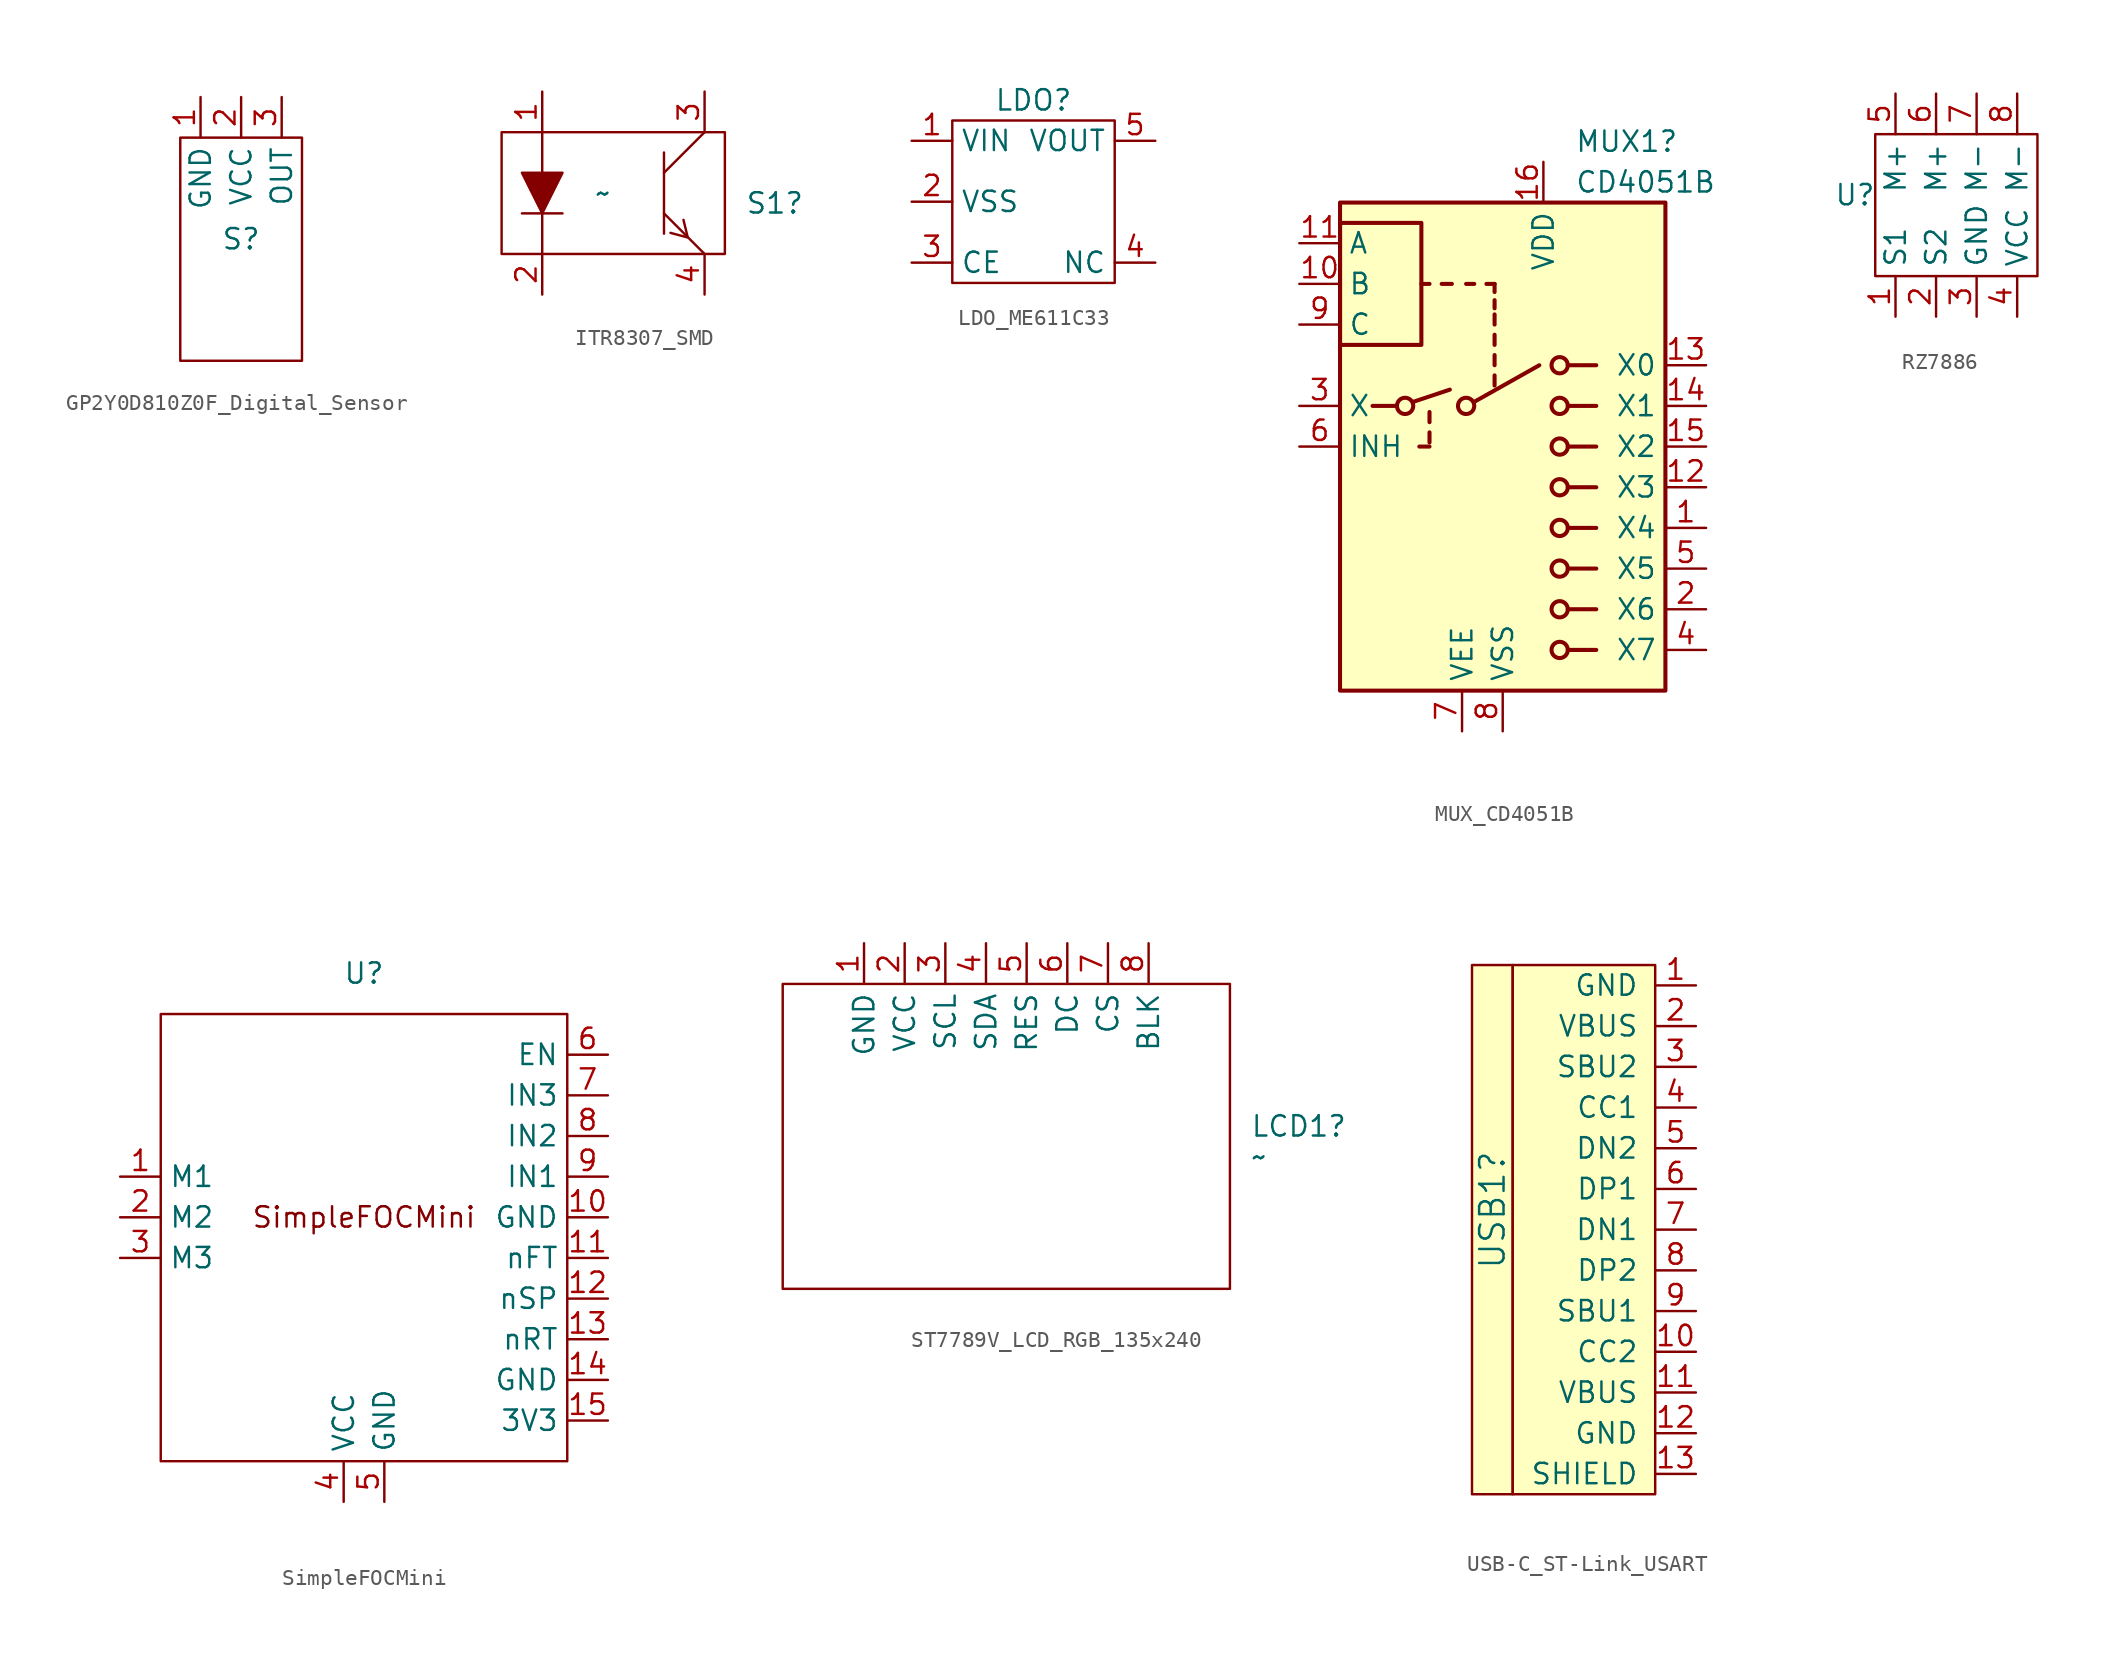
<source format=kicad_sym>
(kicad_symbol_lib
  (version 20231120)
  (generator "kicad_symbol_editor")
  (generator_version "8.0")
  (symbol "GP2Y0D810Z0F_Digital_Sensor"
    (property "Reference" "S"
      (at 0 0 0)
      (effects (font (size 1.27 1.27))))
    (property "Value" ""
      (at 0 3.81 0)
      (effects (font (size 1.27 1.27))))
    (symbol "GP2Y0D810Z0F_Digital_Sensor_0_1"
      (rectangle (start -3.81 6.35) (end 3.81 -7.62) (stroke (width 0) (type default)) (fill (type none))))
    (symbol "GP2Y0D810Z0F_Digital_Sensor_1_1"
      (pin power_out line (at -2.54 8.89 270) (length 2.54) (name "GND" (effects (font (size 1.27 1.27)))) (number "1" (effects (font (size 1.27 1.27)))))
      (pin power_in line (at 0 8.89 270) (length 2.54) (name "VCC" (effects (font (size 1.27 1.27)))) (number "2" (effects (font (size 1.27 1.27)))))
      (pin output line (at 2.54 8.89 270) (length 2.54) (name "OUT" (effects (font (size 1.27 1.27)))) (number "3" (effects (font (size 1.27 1.27)))))))
  (symbol "ITR8307_SMD"
    (property "Reference" "S1"
      (at 8.89 -0.635 0)
      (effects (font (size 1.27 1.27)) (justify left)))
    (property "Value" "~"
      (at 0 0 0)
      (effects (font (size 1.27 1.27))))
    (symbol "ITR8307_SMD_0_1"
      (rectangle (start -6.35 3.81) (end 7.62 -3.81) (stroke (width 0) (type solid)) (fill (type none)))
      (polyline (pts (xy -5.08 -1.27) (xy -2.54 -1.27)) (stroke (width 0) (type solid)) (fill (type none)))
      (polyline (pts (xy -3.81 3.81) (xy -3.81 -3.81)) (stroke (width 0) (type solid)) (fill (type none)))
      (polyline (pts (xy 3.81 2.54) (xy 3.81 -2.54)) (stroke (width 0) (type solid)) (fill (type none)))
      (polyline (pts (xy 5.258 -2.769) (xy 4.216 -2.489)) (stroke (width 0) (type solid)) (fill (type none)))
      (polyline (pts (xy 5.283 -2.718) (xy 5.029 -1.676)) (stroke (width 0) (type solid)) (fill (type none)))
      (polyline (pts (xy 6.35 -3.81) (xy 3.81 -1.27)) (stroke (width 0) (type solid)) (fill (type none)))
      (polyline (pts (xy 6.35 3.81) (xy 3.81 1.27)) (stroke (width 0) (type solid)) (fill (type none)))
      (polyline (pts (xy -5.08 1.27) (xy -2.54 1.27) (xy -3.81 -1.27) (xy -5.08 1.27)) (stroke (width 0) (type solid)) (fill (type outline))))
    (symbol "ITR8307_SMD_1_1"
      (pin input line (at -3.81 6.35 270) (length 2.54) (name "~" (effects (font (size 1.27 1.27)))) (number "1" (effects (font (size 1.27 1.27)))))
      (pin power_in line (at -3.81 -6.35 90) (length 2.54) (name "~" (effects (font (size 1.27 1.27)))) (number "2" (effects (font (size 1.27 1.27)))))
      (pin open_collector line (at 6.35 6.35 270) (length 2.54) (name "~" (effects (font (size 1.27 1.27)))) (number "3" (effects (font (size 1.27 1.27)))))
      (pin power_in line (at 6.35 -6.35 90) (length 2.54) (name "~" (effects (font (size 1.27 1.27)))) (number "4" (effects (font (size 1.27 1.27)))))))
  (symbol "LDO_ME611C33"
    (property "Reference" "LDO"
      (at 0 6.35 0)
      (effects (font (size 1.27 1.27))))
    (property "Value" ""
      (at -1.27 0 0)
      (effects (font (size 1.27 1.27))))
    (symbol "LDO_ME611C33_0_1"
      (rectangle (start -5.08 5.08) (end 5.08 -5.08) (stroke (width 0) (type default)) (fill (type none))))
    (symbol "LDO_ME611C33_1_1"
      (pin power_in line (at -7.62 3.81 0) (length 2.54) (name "VIN" (effects (font (size 1.27 1.27)))) (number "1" (effects (font (size 1.27 1.27)))))
      (pin power_out line (at -7.62 0 0) (length 2.54) (name "VSS" (effects (font (size 1.27 1.27)))) (number "2" (effects (font (size 1.27 1.27)))))
      (pin input line (at -7.62 -3.81 0) (length 2.54) (name "CE" (effects (font (size 1.27 1.27)))) (number "3" (effects (font (size 1.27 1.27)))))
      (pin input line (at 7.62 -3.81 180) (length 2.54) (name "NC" (effects (font (size 1.27 1.27)))) (number "4" (effects (font (size 1.27 1.27)))))
      (pin input line (at 7.62 3.81 180) (length 2.54) (name "VOUT" (effects (font (size 1.27 1.27)))) (number "5" (effects (font (size 1.27 1.27)))))))
  (symbol "MUX_CD4051B"
    (property "Reference" "MUX1"
      (at 4.496 19.05 0)
      (effects (font (size 1.27 1.27)) (justify left)))
    (property "Value" "CD4051B"
      (at 4.496 16.51 0)
      (effects (font (size 1.27 1.27)) (justify left)))
    (symbol "MUX_CD4051B_0_1"
      (rectangle (start -10.16 6.35) (end -5.08 13.97) (stroke (width 0.254) (type default)) (fill (type none)))
      (rectangle (start -10.16 15.24) (end 10.16 -15.24) (stroke (width 0.254) (type default)) (fill (type background)))
      (circle (center -6.096 2.54) (radius 0.508) (stroke (width 0.254) (type default)) (fill (type none)))
      (circle (center -2.286 2.54) (radius 0.508) (stroke (width 0.254) (type default)) (fill (type none)))
      (polyline (pts (xy -8.128 2.54) (xy -6.604 2.54)) (stroke (width 0.254) (type default)) (fill (type none)))
      (polyline (pts (xy -5.588 2.794) (xy -3.302 3.556)) (stroke (width 0.254) (type default)) (fill (type none)))
      (polyline (pts (xy -4.572 0) (xy -5.207 0)) (stroke (width 0.254) (type default)) (fill (type none)))
      (polyline (pts (xy -4.572 0.254) (xy -4.572 0.889)) (stroke (width 0.254) (type default)) (fill (type none)))
      (polyline (pts (xy -4.572 1.524) (xy -4.572 2.159)) (stroke (width 0.254) (type default)) (fill (type none)))
      (polyline (pts (xy -4.572 10.16) (xy -5.08 10.16)) (stroke (width 0.254) (type default)) (fill (type none)))
      (polyline (pts (xy -3.81 10.16) (xy -3.175 10.16)) (stroke (width 0.254) (type default)) (fill (type none)))
      (polyline (pts (xy -1.778 2.794) (xy 2.286 5.08)) (stroke (width 0.254) (type default)) (fill (type none)))
      (polyline (pts (xy -1.778 10.16) (xy -2.286 10.16)) (stroke (width 0.254) (type default)) (fill (type none)))
      (polyline (pts (xy -0.508 3.81) (xy -0.508 4.445)) (stroke (width 0.254) (type default)) (fill (type none)))
      (polyline (pts (xy -0.508 5.08) (xy -0.508 5.715)) (stroke (width 0.254) (type default)) (fill (type none)))
      (polyline (pts (xy -0.508 6.35) (xy -0.508 6.985)) (stroke (width 0.254) (type default)) (fill (type none)))
      (polyline (pts (xy -0.508 7.62) (xy -0.508 8.255)) (stroke (width 0.254) (type default)) (fill (type none)))
      (polyline (pts (xy -0.508 8.636) (xy -0.508 9.144)) (stroke (width 0.254) (type default)) (fill (type none)))
      (polyline (pts (xy -0.508 9.652) (xy -0.508 10.16)) (stroke (width 0.254) (type default)) (fill (type none)))
      (polyline (pts (xy -0.508 10.16) (xy -1.016 10.16)) (stroke (width 0.254) (type default)) (fill (type none)))
      (polyline (pts (xy 4.064 -12.7) (xy 5.842 -12.7)) (stroke (width 0.254) (type default)) (fill (type none)))
      (polyline (pts (xy 4.064 -10.16) (xy 5.842 -10.16)) (stroke (width 0.254) (type default)) (fill (type none)))
      (polyline (pts (xy 4.064 -7.62) (xy 5.842 -7.62)) (stroke (width 0.254) (type default)) (fill (type none)))
      (polyline (pts (xy 4.064 -5.08) (xy 5.842 -5.08)) (stroke (width 0.254) (type default)) (fill (type none)))
      (polyline (pts (xy 4.064 -2.54) (xy 5.842 -2.54)) (stroke (width 0.254) (type default)) (fill (type none)))
      (polyline (pts (xy 4.064 0) (xy 5.842 0)) (stroke (width 0.254) (type default)) (fill (type none)))
      (polyline (pts (xy 4.064 2.54) (xy 5.842 2.54)) (stroke (width 0.254) (type default)) (fill (type none)))
      (polyline (pts (xy 4.064 5.08) (xy 5.842 5.08)) (stroke (width 0.254) (type default)) (fill (type none)))
      (circle (center 3.556 -12.7) (radius 0.508) (stroke (width 0.254) (type default)) (fill (type none)))
      (circle (center 3.556 -10.16) (radius 0.508) (stroke (width 0.254) (type default)) (fill (type none)))
      (circle (center 3.556 -7.62) (radius 0.508) (stroke (width 0.254) (type default)) (fill (type none)))
      (circle (center 3.556 -5.08) (radius 0.508) (stroke (width 0.254) (type default)) (fill (type none)))
      (circle (center 3.556 -2.54) (radius 0.508) (stroke (width 0.254) (type default)) (fill (type none)))
      (circle (center 3.556 0) (radius 0.508) (stroke (width 0.254) (type default)) (fill (type none)))
      (circle (center 3.556 2.54) (radius 0.508) (stroke (width 0.254) (type default)) (fill (type none)))
      (circle (center 3.556 5.08) (radius 0.508) (stroke (width 0.254) (type default)) (fill (type none))))
    (symbol "MUX_CD4051B_1_1"
      (pin bidirectional line (at 12.7 -5.08 180) (length 2.54) (name "X4" (effects (font (size 1.27 1.27)))) (number "1" (effects (font (size 1.27 1.27)))))
      (pin input line (at -12.7 10.16 0) (length 2.54) (name "B" (effects (font (size 1.27 1.27)))) (number "10" (effects (font (size 1.27 1.27)))))
      (pin input line (at -12.7 12.7 0) (length 2.54) (name "A" (effects (font (size 1.27 1.27)))) (number "11" (effects (font (size 1.27 1.27)))))
      (pin bidirectional line (at 12.7 -2.54 180) (length 2.54) (name "X3" (effects (font (size 1.27 1.27)))) (number "12" (effects (font (size 1.27 1.27)))))
      (pin bidirectional line (at 12.7 5.08 180) (length 2.54) (name "X0" (effects (font (size 1.27 1.27)))) (number "13" (effects (font (size 1.27 1.27)))))
      (pin bidirectional line (at 12.7 2.54 180) (length 2.54) (name "X1" (effects (font (size 1.27 1.27)))) (number "14" (effects (font (size 1.27 1.27)))))
      (pin bidirectional line (at 12.7 0 180) (length 2.54) (name "X2" (effects (font (size 1.27 1.27)))) (number "15" (effects (font (size 1.27 1.27)))))
      (pin power_in line (at 2.54 17.78 270) (length 2.54) (name "VDD" (effects (font (size 1.27 1.27)))) (number "16" (effects (font (size 1.27 1.27)))))
      (pin bidirectional line (at 12.7 -10.16 180) (length 2.54) (name "X6" (effects (font (size 1.27 1.27)))) (number "2" (effects (font (size 1.27 1.27)))))
      (pin bidirectional line (at -12.7 2.54 0) (length 2.54) (name "X" (effects (font (size 1.27 1.27)))) (number "3" (effects (font (size 1.27 1.27)))))
      (pin bidirectional line (at 12.7 -12.7 180) (length 2.54) (name "X7" (effects (font (size 1.27 1.27)))) (number "4" (effects (font (size 1.27 1.27)))))
      (pin bidirectional line (at 12.7 -7.62 180) (length 2.54) (name "X5" (effects (font (size 1.27 1.27)))) (number "5" (effects (font (size 1.27 1.27)))))
      (pin input line (at -12.7 0 0) (length 2.54) (name "INH" (effects (font (size 1.27 1.27)))) (number "6" (effects (font (size 1.27 1.27)))))
      (pin power_in line (at -2.54 -17.78 90) (length 2.54) (name "VEE" (effects (font (size 1.27 1.27)))) (number "7" (effects (font (size 1.27 1.27)))))
      (pin power_in line (at 0 -17.78 90) (length 2.54) (name "VSS" (effects (font (size 1.27 1.27)))) (number "8" (effects (font (size 1.27 1.27)))))
      (pin input line (at -12.7 7.62 0) (length 2.54) (name "C" (effects (font (size 1.27 1.27)))) (number "9" (effects (font (size 1.27 1.27)))))))
  (symbol "RZ7886"
    (property "Reference" "U"
      (at -5.08 -1.27 0)
      (effects (font (size 1.27 1.27))))
    (property "Value" ""
      (at 0 0 0)
      (effects (font (size 1.27 1.27))))
    (symbol "RZ7886_0_1"
      (rectangle (start -3.81 2.54) (end 6.35 -6.35) (stroke (width 0) (type default)) (fill (type none))))
    (symbol "RZ7886_1_1"
      (pin input line (at -2.54 -8.89 90) (length 2.54) (name "S1" (effects (font (size 1.27 1.27)))) (number "1" (effects (font (size 1.27 1.27)))))
      (pin input line (at 0 -8.89 90) (length 2.54) (name "S2" (effects (font (size 1.27 1.27)))) (number "2" (effects (font (size 1.27 1.27)))))
      (pin power_in line (at 2.54 -8.89 90) (length 2.54) (name "GND" (effects (font (size 1.27 1.27)))) (number "3" (effects (font (size 1.27 1.27)))))
      (pin power_in line (at 5.08 -8.89 90) (length 2.54) (name "VCC" (effects (font (size 1.27 1.27)))) (number "4" (effects (font (size 1.27 1.27)))))
      (pin output line (at -2.54 5.08 270) (length 2.54) (name "M+" (effects (font (size 1.27 1.27)))) (number "5" (effects (font (size 1.27 1.27)))))
      (pin output line (at 0 5.08 270) (length 2.54) (name "M+" (effects (font (size 1.27 1.27)))) (number "6" (effects (font (size 1.27 1.27)))))
      (pin output line (at 2.54 5.08 270) (length 2.54) (name "M-" (effects (font (size 1.27 1.27)))) (number "7" (effects (font (size 1.27 1.27)))))
      (pin output line (at 5.08 5.08 270) (length 2.54) (name "M-" (effects (font (size 1.27 1.27)))) (number "8" (effects (font (size 1.27 1.27)))))))
  (symbol "SimpleFOCMini"
    (property "Reference" "U"
      (at 0 15.24 0)
      (effects (font (size 1.27 1.27))))
    (property "Value" ""
      (at 0 0 0)
      (effects (font (size 1.27 1.27))))
    (symbol "SimpleFOCMini_0_1"
      (rectangle (start -12.7 12.7) (end 12.7 -15.24) (stroke (width 0) (type default)) (fill (type none))))
    (symbol "SimpleFOCMini_1_1"
      (text "SimpleFOCMini" (at 0 0 0) (effects (font (size 1.27 1.27))))
      (pin output line (at -15.24 2.54 0) (length 2.54) (name "M1" (effects (font (size 1.27 1.27)))) (number "1" (effects (font (size 1.27 1.27)))))
      (pin power_in line (at 15.24 0 180) (length 2.54) (name "GND" (effects (font (size 1.27 1.27)))) (number "10" (effects (font (size 1.27 1.27)))))
      (pin input line (at 15.24 -2.54 180) (length 2.54) (name "nFT" (effects (font (size 1.27 1.27)))) (number "11" (effects (font (size 1.27 1.27)))))
      (pin input line (at 15.24 -5.08 180) (length 2.54) (name "nSP" (effects (font (size 1.27 1.27)))) (number "12" (effects (font (size 1.27 1.27)))))
      (pin input line (at 15.24 -7.62 180) (length 2.54) (name "nRT" (effects (font (size 1.27 1.27)))) (number "13" (effects (font (size 1.27 1.27)))))
      (pin power_in line (at 15.24 -10.16 180) (length 2.54) (name "GND" (effects (font (size 1.27 1.27)))) (number "14" (effects (font (size 1.27 1.27)))))
      (pin power_in line (at 15.24 -12.7 180) (length 2.54) (name "3V3" (effects (font (size 1.27 1.27)))) (number "15" (effects (font (size 1.27 1.27)))))
      (pin output line (at -15.24 0 0) (length 2.54) (name "M2" (effects (font (size 1.27 1.27)))) (number "2" (effects (font (size 1.27 1.27)))))
      (pin output line (at -15.24 -2.54 0) (length 2.54) (name "M3" (effects (font (size 1.27 1.27)))) (number "3" (effects (font (size 1.27 1.27)))))
      (pin power_in line (at -1.27 -17.78 90) (length 2.54) (name "VCC" (effects (font (size 1.27 1.27)))) (number "4" (effects (font (size 1.27 1.27)))))
      (pin power_in line (at 1.27 -17.78 90) (length 2.54) (name "GND" (effects (font (size 1.27 1.27)))) (number "5" (effects (font (size 1.27 1.27)))))
      (pin input line (at 15.24 10.16 180) (length 2.54) (name "EN" (effects (font (size 1.27 1.27)))) (number "6" (effects (font (size 1.27 1.27)))))
      (pin input line (at 15.24 7.62 180) (length 2.54) (name "IN3" (effects (font (size 1.27 1.27)))) (number "7" (effects (font (size 1.27 1.27)))))
      (pin input line (at 15.24 5.08 180) (length 2.54) (name "IN2" (effects (font (size 1.27 1.27)))) (number "8" (effects (font (size 1.27 1.27)))))
      (pin input line (at 15.24 2.54 180) (length 2.54) (name "IN1" (effects (font (size 1.27 1.27)))) (number "9" (effects (font (size 1.27 1.27)))))))
  (symbol "ST7789V_LCD_RGB_135x240"
    (property "Reference" "LCD1"
      (at 15.24 1.27 0)
      (effects (font (size 1.27 1.27)) (justify left)))
    (property "Value" "~"
      (at 15.24 -0.635 0)
      (effects (font (size 1.27 1.27)) (justify left)))
    (symbol "ST7789V_LCD_RGB_135x240_0_1"
      (rectangle (start -13.97 10.16) (end 13.97 -8.89) (stroke (width 0) (type default)) (fill (type none))))
    (symbol "ST7789V_LCD_RGB_135x240_1_1"
      (pin power_out line (at -8.89 12.7 270) (length 2.54) (name "GND" (effects (font (size 1.27 1.27)))) (number "1" (effects (font (size 1.27 1.27)))))
      (pin power_in line (at -6.35 12.7 270) (length 2.54) (name "VCC" (effects (font (size 1.27 1.27)))) (number "2" (effects (font (size 1.27 1.27)))))
      (pin bidirectional line (at -3.81 12.7 270) (length 2.54) (name "SCL" (effects (font (size 1.27 1.27)))) (number "3" (effects (font (size 1.27 1.27)))))
      (pin bidirectional line (at -1.27 12.7 270) (length 2.54) (name "SDA" (effects (font (size 1.27 1.27)))) (number "4" (effects (font (size 1.27 1.27)))))
      (pin input line (at 1.27 12.7 270) (length 2.54) (name "RES" (effects (font (size 1.27 1.27)))) (number "5" (effects (font (size 1.27 1.27)))))
      (pin bidirectional line (at 3.81 12.7 270) (length 2.54) (name "DC" (effects (font (size 1.27 1.27)))) (number "6" (effects (font (size 1.27 1.27)))))
      (pin bidirectional line (at 6.35 12.7 270) (length 2.54) (name "CS" (effects (font (size 1.27 1.27)))) (number "7" (effects (font (size 1.27 1.27)))))
      (pin bidirectional line (at 8.89 12.7 270) (length 2.54) (name "BLK" (effects (font (size 1.27 1.27)))) (number "8" (effects (font (size 1.27 1.27)))))))
  (symbol "USB-C_ST-Link_USART"
    (pin_names
      (offset 1.016))
    (property "Reference" "USB1"
      (at -10.16 -3.81 90)
      (effects (font (size 1.524 1.524)) (justify left)))
    (symbol "USB-C_ST-Link_USART_0_1"
      (rectangle (start -11.43 15.24) (end -8.89 -17.78) (stroke (width 0) (type solid)) (fill (type background)))
      (rectangle (start 0 -17.78) (end -8.89 15.24) (stroke (width 0) (type solid)) (fill (type background))))
    (symbol "USB-C_ST-Link_USART_1_1"
      (pin input line (at 2.54 13.97 180) (length 2.54) (name "GND" (effects (font (size 1.27 1.27)))) (number "1" (effects (font (size 1.27 1.27)))))
      (pin input line (at 2.54 -8.89 180) (length 2.54) (name "CC2" (effects (font (size 1.27 1.27)))) (number "10" (effects (font (size 1.27 1.27)))))
      (pin input line (at 2.54 -11.43 180) (length 2.54) (name "VBUS" (effects (font (size 1.27 1.27)))) (number "11" (effects (font (size 1.27 1.27)))))
      (pin input line (at 2.54 -13.97 180) (length 2.54) (name "GND" (effects (font (size 1.27 1.27)))) (number "12" (effects (font (size 1.27 1.27)))))
      (pin input line (at 2.54 -16.51 180) (length 2.54) (name "SHIELD" (effects (font (size 1.27 1.27)))) (number "13" (effects (font (size 1.27 1.27)))))
      (pin input line (at 2.54 11.43 180) (length 2.54) (name "VBUS" (effects (font (size 1.27 1.27)))) (number "2" (effects (font (size 1.27 1.27)))))
      (pin input line (at 2.54 8.89 180) (length 2.54) (name "SBU2" (effects (font (size 1.27 1.27)))) (number "3" (effects (font (size 1.27 1.27)))))
      (pin input line (at 2.54 6.35 180) (length 2.54) (name "CC1" (effects (font (size 1.27 1.27)))) (number "4" (effects (font (size 1.27 1.27)))))
      (pin input line (at 2.54 3.81 180) (length 2.54) (name "DN2" (effects (font (size 1.27 1.27)))) (number "5" (effects (font (size 1.27 1.27)))))
      (pin input line (at 2.54 1.27 180) (length 2.54) (name "DP1" (effects (font (size 1.27 1.27)))) (number "6" (effects (font (size 1.27 1.27)))))
      (pin input line (at 2.54 -1.27 180) (length 2.54) (name "DN1" (effects (font (size 1.27 1.27)))) (number "7" (effects (font (size 1.27 1.27)))))
      (pin input line (at 2.54 -3.81 180) (length 2.54) (name "DP2" (effects (font (size 1.27 1.27)))) (number "8" (effects (font (size 1.27 1.27)))))
      (pin input line (at 2.54 -6.35 180) (length 2.54) (name "SBU1" (effects (font (size 1.27 1.27)))) (number "9" (effects (font (size 1.27 1.27))))))))
</source>
